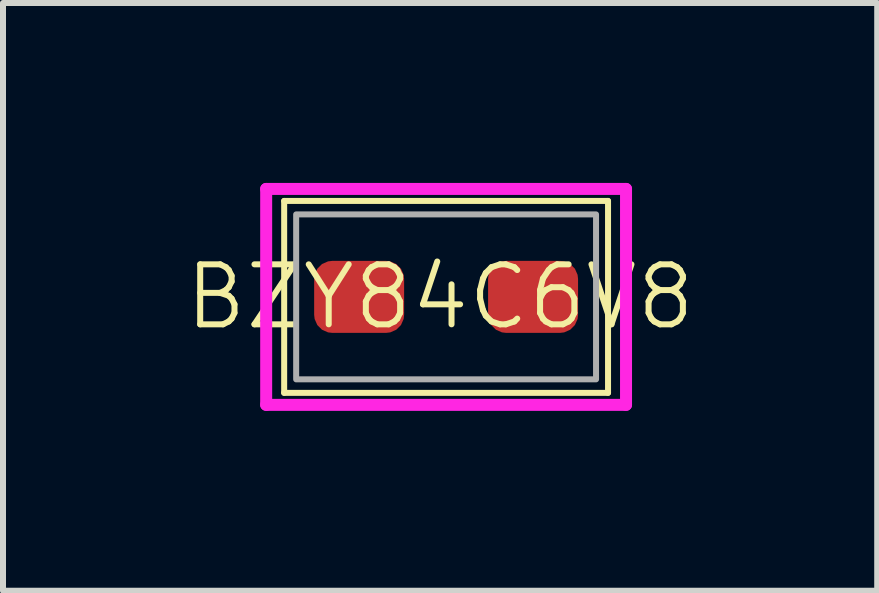
<source format=kicad_pcb>
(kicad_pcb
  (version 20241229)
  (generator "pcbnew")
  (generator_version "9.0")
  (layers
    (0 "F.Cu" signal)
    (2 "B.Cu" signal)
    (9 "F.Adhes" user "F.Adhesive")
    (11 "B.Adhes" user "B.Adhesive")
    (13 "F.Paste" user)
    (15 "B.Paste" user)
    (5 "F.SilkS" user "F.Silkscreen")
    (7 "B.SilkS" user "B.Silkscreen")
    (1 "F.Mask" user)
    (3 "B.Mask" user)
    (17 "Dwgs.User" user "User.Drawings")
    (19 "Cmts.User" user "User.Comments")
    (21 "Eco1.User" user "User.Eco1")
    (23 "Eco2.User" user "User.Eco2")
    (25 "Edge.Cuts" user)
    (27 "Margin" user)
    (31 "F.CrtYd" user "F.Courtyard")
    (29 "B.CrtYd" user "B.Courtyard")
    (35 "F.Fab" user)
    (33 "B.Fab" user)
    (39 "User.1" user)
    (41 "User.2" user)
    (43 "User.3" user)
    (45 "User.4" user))
  (footprint "BZY84C6V8"
    (layer "F.Cu")
    (at 4.388 1.9)
    (property "Reference" "BZY84C6V8" (at -0.1 0 0) (unlocked yes) (layer "F.SilkS") (effects (font (size 1 1) (thickness 0.1))))
    (attr smd)
    (fp_line (start -2.7 -1.6) (end 2.7 -1.6) (stroke (width 0.1) (type default)) (layer "F.SilkS"))
    (fp_line (start -2.7 1.6) (end -2.7 -1.6) (stroke (width 0.1) (type default)) (layer "F.SilkS"))
    (fp_line (start 2.7 -1.6) (end 2.7 1.6) (stroke (width 0.1) (type default)) (layer "F.SilkS"))
    (fp_line (start 2.7 1.6) (end -2.7 1.6) (stroke (width 0.1) (type default)) (layer "F.SilkS"))
    (fp_line (start -3 -1.8) (end 3 -1.8) (stroke (width 0.2) (type default)) (layer "F.CrtYd"))
    (fp_line (start -3 1.8) (end -3 -1.8) (stroke (width 0.2) (type default)) (layer "F.CrtYd"))
    (fp_line (start 3 -1.8) (end 3 1.8) (stroke (width 0.2) (type default)) (layer "F.CrtYd"))
    (fp_line (start 3 1.8) (end -3 1.8) (stroke (width 0.2) (type default)) (layer "F.CrtYd"))
    (fp_rect (start -2.5 -1.375) (end 2.5 1.375) (stroke (width 0.1) (type default)) (fill no) (layer "F.Fab"))
    (pad "1" smd roundrect (at -1.45 0) (size 1.5 1.2) (layers "F.Cu" "F.Mask" "F.Paste") (roundrect_rratio 0.25))
    (pad "2" smd roundrect (at 1.45 0) (size 1.5 1.2) (layers "F.Cu" "F.Mask" "F.Paste") (roundrect_rratio 0.25)))
  (gr_rect
    (start -3 -3)
    (end 11.576 6.8)
    (stroke (width 0.1) (type default))
    (fill no)
    (layer "Edge.Cuts")))
</source>
